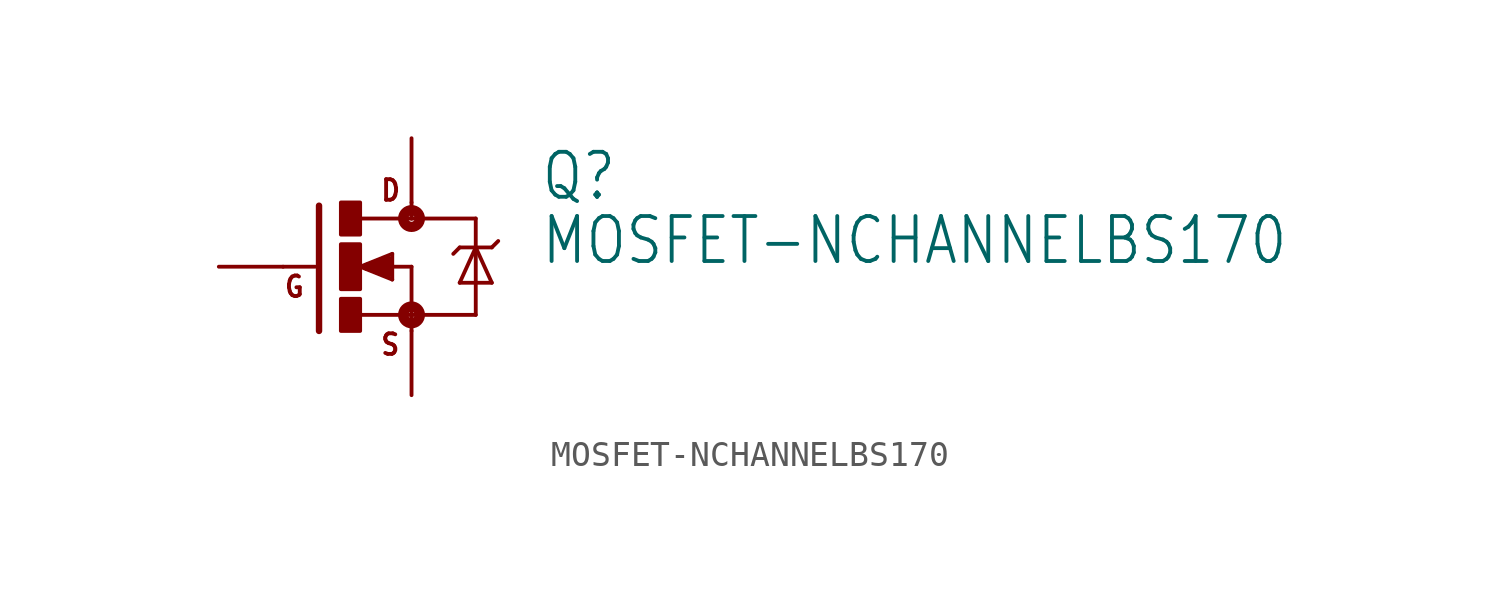
<source format=kicad_sym>
(kicad_symbol_lib
  (version 20220914)
  (generator kicad_symbol_editor)
  (symbol "MOSFET-NCHANNELBS170"
    (property "Reference" "Q"
      (at 5.08 2.54 0)
      (effects (font (size 1.778 1.511)) (justify left bottom)))
    (property "Value" "MOSFET-NCHANNELBS170"
      (at 5.08 0 0)
      (effects (font (size 1.778 1.511)) (justify left bottom)))
    (property "ki_locked" ""
      (at 0 0 0)
      (effects (font (size 1.27 1.27))))
    (symbol "MOSFET-NCHANNELBS170_1_0"
      (rectangle (start -2.794 -2.54) (end -2.032 -1.27) (stroke (width 0) (type default)) (fill (type outline)))
      (rectangle (start -2.794 -0.889) (end -2.032 0.889) (stroke (width 0) (type default)) (fill (type outline)))
      (rectangle (start -2.794 1.27) (end -2.032 2.54) (stroke (width 0) (type default)) (fill (type outline)))
      (circle (center 0 -1.905) (radius 0.127) (stroke (width 0.406) (type default)) (fill (type none)))
      (polyline (pts (xy -3.81 0) (xy -5.08 0)) (stroke (width 0.152) (type default)) (fill (type none)))
      (polyline (pts (xy -3.658 2.413) (xy -3.658 -2.54)) (stroke (width 0.254) (type default)) (fill (type none)))
      (polyline (pts (xy -2.032 -1.905) (xy 0 -1.905)) (stroke (width 0.152) (type default)) (fill (type none)))
      (polyline (pts (xy -2.032 0) (xy -0.762 -0.508)) (stroke (width 0.152) (type default)) (fill (type none)))
      (polyline (pts (xy -1.778 0) (xy -0.889 -0.254)) (stroke (width 0.305) (type default)) (fill (type none)))
      (polyline (pts (xy -0.889 -0.254) (xy -0.889 0)) (stroke (width 0.305) (type default)) (fill (type none)))
      (polyline (pts (xy -0.889 0) (xy -1.143 0)) (stroke (width 0.305) (type default)) (fill (type none)))
      (polyline (pts (xy -0.889 0) (xy 0 0)) (stroke (width 0.152) (type default)) (fill (type none)))
      (polyline (pts (xy -0.889 0.254) (xy -1.778 0)) (stroke (width 0.305) (type default)) (fill (type none)))
      (polyline (pts (xy -0.762 -0.508) (xy -0.762 0.508)) (stroke (width 0.152) (type default)) (fill (type none)))
      (polyline (pts (xy -0.762 0.508) (xy -2.032 0)) (stroke (width 0.152) (type default)) (fill (type none)))
      (polyline (pts (xy 0 -1.905) (xy 0 -2.54)) (stroke (width 0.152) (type default)) (fill (type none)))
      (polyline (pts (xy 0 0) (xy 0 -1.905)) (stroke (width 0.152) (type default)) (fill (type none)))
      (polyline (pts (xy 0 1.905) (xy -2.007 1.905)) (stroke (width 0.152) (type default)) (fill (type none)))
      (polyline (pts (xy 0 1.905) (xy 2.54 1.905)) (stroke (width 0.152) (type default)) (fill (type none)))
      (polyline (pts (xy 0 2.54) (xy 0 1.905)) (stroke (width 0.152) (type default)) (fill (type none)))
      (polyline (pts (xy 1.905 -0.635) (xy 3.175 -0.635)) (stroke (width 0.152) (type default)) (fill (type none)))
      (polyline (pts (xy 1.905 0.762) (xy 1.651 0.508)) (stroke (width 0.152) (type default)) (fill (type none)))
      (polyline (pts (xy 1.905 0.762) (xy 2.54 0.762)) (stroke (width 0.152) (type default)) (fill (type none)))
      (polyline (pts (xy 2.54 -1.905) (xy 0 -1.905)) (stroke (width 0.152) (type default)) (fill (type none)))
      (polyline (pts (xy 2.54 0.762) (xy 1.905 -0.635)) (stroke (width 0.152) (type default)) (fill (type none)))
      (polyline (pts (xy 2.54 0.762) (xy 2.54 -1.905)) (stroke (width 0.152) (type default)) (fill (type none)))
      (polyline (pts (xy 2.54 0.762) (xy 3.175 0.762)) (stroke (width 0.152) (type default)) (fill (type none)))
      (polyline (pts (xy 2.54 1.905) (xy 2.54 0.762)) (stroke (width 0.152) (type default)) (fill (type none)))
      (polyline (pts (xy 3.175 -0.635) (xy 2.54 0.762)) (stroke (width 0.152) (type default)) (fill (type none)))
      (polyline (pts (xy 3.175 0.762) (xy 3.429 1.016)) (stroke (width 0.152) (type default)) (fill (type none)))
      (circle (center 0 1.905) (radius 0.127) (stroke (width 0.406) (type default)) (fill (type none)))
      (text "D" (at -1.27 2.54 0) (effects (font (size 0.813 0.691)) (justify left bottom)))
      (text "G" (at -5.08 -1.27 0) (effects (font (size 0.813 0.691)) (justify left bottom)))
      (text "S" (at -1.27 -3.556 0) (effects (font (size 0.813 0.691)) (justify left bottom)))
      (pin passive line (at 0 5.08 270) (length 2.54) (name "D" (effects (font (size 0 0)))) (number "1" (effects (font (size 0 0)))))
      (pin passive line (at -7.62 0 0) (length 2.54) (name "G" (effects (font (size 0 0)))) (number "2" (effects (font (size 0 0)))))
      (pin passive line (at 0 -5.08 90) (length 2.54) (name "S" (effects (font (size 0 0)))) (number "3" (effects (font (size 0 0))))))))
</source>
